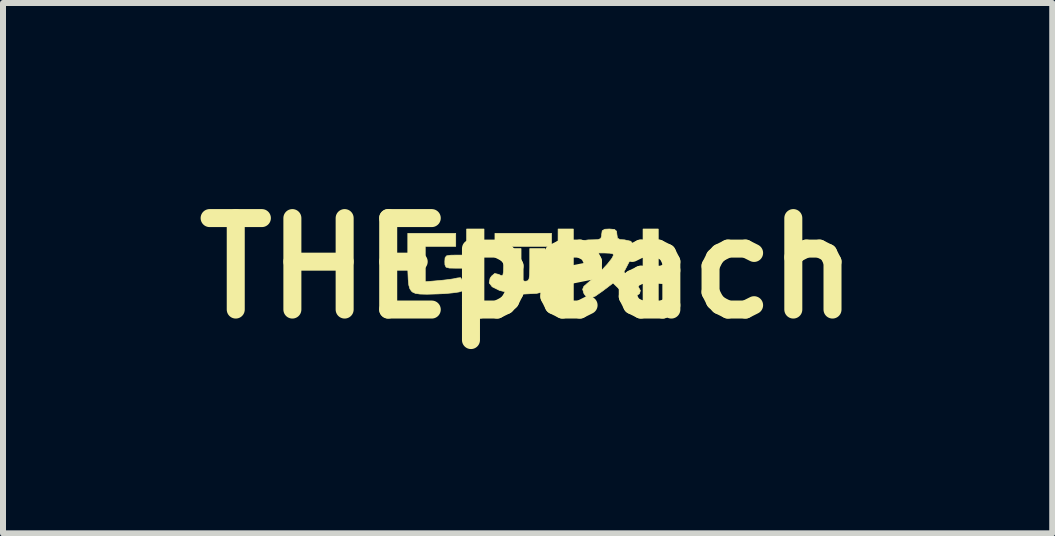
<source format=kicad_pcb>
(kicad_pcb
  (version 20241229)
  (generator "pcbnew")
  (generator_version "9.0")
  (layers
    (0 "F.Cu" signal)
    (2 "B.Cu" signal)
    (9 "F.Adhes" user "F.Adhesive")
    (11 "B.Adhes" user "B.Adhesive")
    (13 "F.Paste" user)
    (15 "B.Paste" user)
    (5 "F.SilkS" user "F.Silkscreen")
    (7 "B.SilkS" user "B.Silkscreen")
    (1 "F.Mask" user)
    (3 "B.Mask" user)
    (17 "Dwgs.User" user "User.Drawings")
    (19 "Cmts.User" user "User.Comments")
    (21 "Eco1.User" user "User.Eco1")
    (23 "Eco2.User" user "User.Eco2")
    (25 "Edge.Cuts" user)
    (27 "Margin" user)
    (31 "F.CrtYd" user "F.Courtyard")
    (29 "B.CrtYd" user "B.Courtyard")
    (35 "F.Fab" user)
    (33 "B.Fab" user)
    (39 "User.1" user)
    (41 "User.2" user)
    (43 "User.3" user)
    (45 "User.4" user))
  (footprint "THEpeach"
    (layer "F.Cu")
    (at 5.74 1.418)
    (property "Reference" "THEpeach" (at 0 0 0) (layer "F.SilkS") (effects (font (size 1.524 1.524) (thickness 0.3))))
    (attr through_hole)
    (fp_poly (pts (xy 0.399 -0.363) (xy -0.544 -0.363) (xy -0.544 -0.581) (xy 0.399 -0.581) (xy 0.399 -0.363)) (stroke (width 0.01) (type solid)) (fill yes) (layer "F.SilkS"))
    (fp_poly (pts (xy 2.177 0.689) (xy 1.923 0.689) (xy 1.923 -0.653) (xy 2.177 -0.653) (xy 2.177 0.689)) (stroke (width 0.01) (type solid)) (fill yes) (layer "F.SilkS"))
    (fp_poly (pts (xy -0.726 0.689) (xy -1.016 0.689) (xy -1.016 0) (xy -1.197 0) (xy -1.305 -0.002) (xy -1.358 -0.017) (xy -1.377 -0.055) (xy -1.379 -0.109) (xy -1.375 -0.173) (xy -1.351 -0.205) (xy -1.287 -0.216) (xy -1.197 -0.218) (xy -1.016 -0.218) (xy -1.016 -0.653) (xy -0.726 -0.653) (xy -0.726 0.689)) (stroke (width 0.01) (type solid)) (fill yes) (layer "F.SilkS"))
    (fp_poly (pts (xy -1.197 -0.363) (xy -1.705 -0.363) (xy -1.705 0.226) (xy -1.479 0.207) (xy -1.345 0.193) (xy -1.232 0.177) (xy -1.175 0.164) (xy -1.117 0.158) (xy -1.087 0.203) (xy -1.078 0.242) (xy -1.074 0.328) (xy -1.092 0.38) (xy -1.141 0.396) (xy -1.245 0.411) (xy -1.388 0.424) (xy -1.5 0.429) (xy -1.676 0.434) (xy -1.794 0.431) (xy -1.869 0.42) (xy -1.917 0.398) (xy -1.935 0.382) (xy -1.961 0.344) (xy -1.979 0.284) (xy -1.989 0.188) (xy -1.995 0.044) (xy -1.996 -0.13) (xy -1.996 -0.581) (xy -1.197 -0.581) (xy -1.197 -0.363)) (stroke (width 0.01) (type solid)) (fill yes) (layer "F.SilkS"))
    (fp_poly (pts (xy 1.447 -0.646) (xy 1.482 -0.616) (xy 1.488 -0.562) (xy 1.497 -0.501) (xy 1.54 -0.476) (xy 1.614 -0.472) (xy 1.719 -0.449) (xy 1.768 -0.381) (xy 1.76 -0.268) (xy 1.695 -0.111) (xy 1.604 0.065) (xy 1.745 0.203) (xy 1.84 0.303) (xy 1.879 0.372) (xy 1.865 0.423) (xy 1.801 0.469) (xy 1.795 0.472) (xy 1.738 0.497) (xy 1.69 0.49) (xy 1.629 0.446) (xy 1.564 0.384) (xy 1.424 0.248) (xy 1.253 0.378) (xy 1.129 0.465) (xy 1.044 0.501) (xy 0.985 0.487) (xy 0.941 0.427) (xy 0.937 0.418) (xy 0.917 0.352) (xy 0.938 0.302) (xy 1.001 0.247) (xy 1.11 0.156) (xy 1.225 0.045) (xy 1.329 -0.067) (xy 1.401 -0.159) (xy 1.415 -0.182) (xy 1.431 -0.218) (xy 1.42 -0.24) (xy 1.369 -0.25) (xy 1.266 -0.254) (xy 1.181 -0.254) (xy 0.907 -0.254) (xy 0.907 -0.363) (xy 0.912 -0.43) (xy 0.939 -0.461) (xy 1.009 -0.471) (xy 1.07 -0.472) (xy 1.171 -0.475) (xy 1.219 -0.494) (xy 1.233 -0.538) (xy 1.234 -0.562) (xy 1.243 -0.624) (xy 1.286 -0.649) (xy 1.361 -0.653) (xy 1.447 -0.646)) (stroke (width 0.01) (type solid)) (fill yes) (layer "F.SilkS"))
    (fp_poly (pts (xy 0.762 0.689) (xy 0.508 0.689) (xy 0.508 0.508) (xy 0.506 0.404) (xy 0.499 0.339) (xy 0.494 0.327) (xy 0.455 0.338) (xy 0.372 0.365) (xy 0.327 0.381) (xy 0.148 0.42) (xy -0.064 0.431) (xy -0.277 0.416) (xy -0.459 0.373) (xy -0.471 0.369) (xy -0.59 0.31) (xy -0.64 0.245) (xy -0.625 0.169) (xy -0.601 0.133) (xy -0.548 0.088) (xy -0.483 0.103) (xy -0.475 0.107) (xy -0.434 0.125) (xy -0.412 0.114) (xy -0.402 0.061) (xy -0.399 -0.046) (xy -0.399 -0.089) (xy -0.399 -0.327) (xy -0.109 -0.327) (xy -0.109 -0.054) (xy -0.107 0.085) (xy -0.099 0.166) (xy -0.081 0.206) (xy -0.049 0.217) (xy -0.036 0.218) (xy 0.001 0.211) (xy 0.023 0.182) (xy 0.033 0.115) (xy 0.036 -0.005) (xy 0.036 -0.054) (xy 0.036 -0.327) (xy 0.29 -0.327) (xy 0.29 -0.089) (xy 0.292 0.037) (xy 0.299 0.104) (xy 0.317 0.125) (xy 0.352 0.114) (xy 0.367 0.106) (xy 0.434 0.084) (xy 0.475 0.113) (xy 0.476 0.114) (xy 0.489 0.102) (xy 0.499 0.027) (xy 0.506 -0.104) (xy 0.507 -0.245) (xy 0.508 -0.653) (xy 0.762 -0.653) (xy 0.762 0.689)) (stroke (width 0.01) (type solid)) (fill yes) (layer "F.SilkS")))
  (gr_rect
    (start -3 -3)
    (end 14.481 5.836)
    (stroke (width 0.1) (type default))
    (fill no)
    (layer "Edge.Cuts")))
</source>
